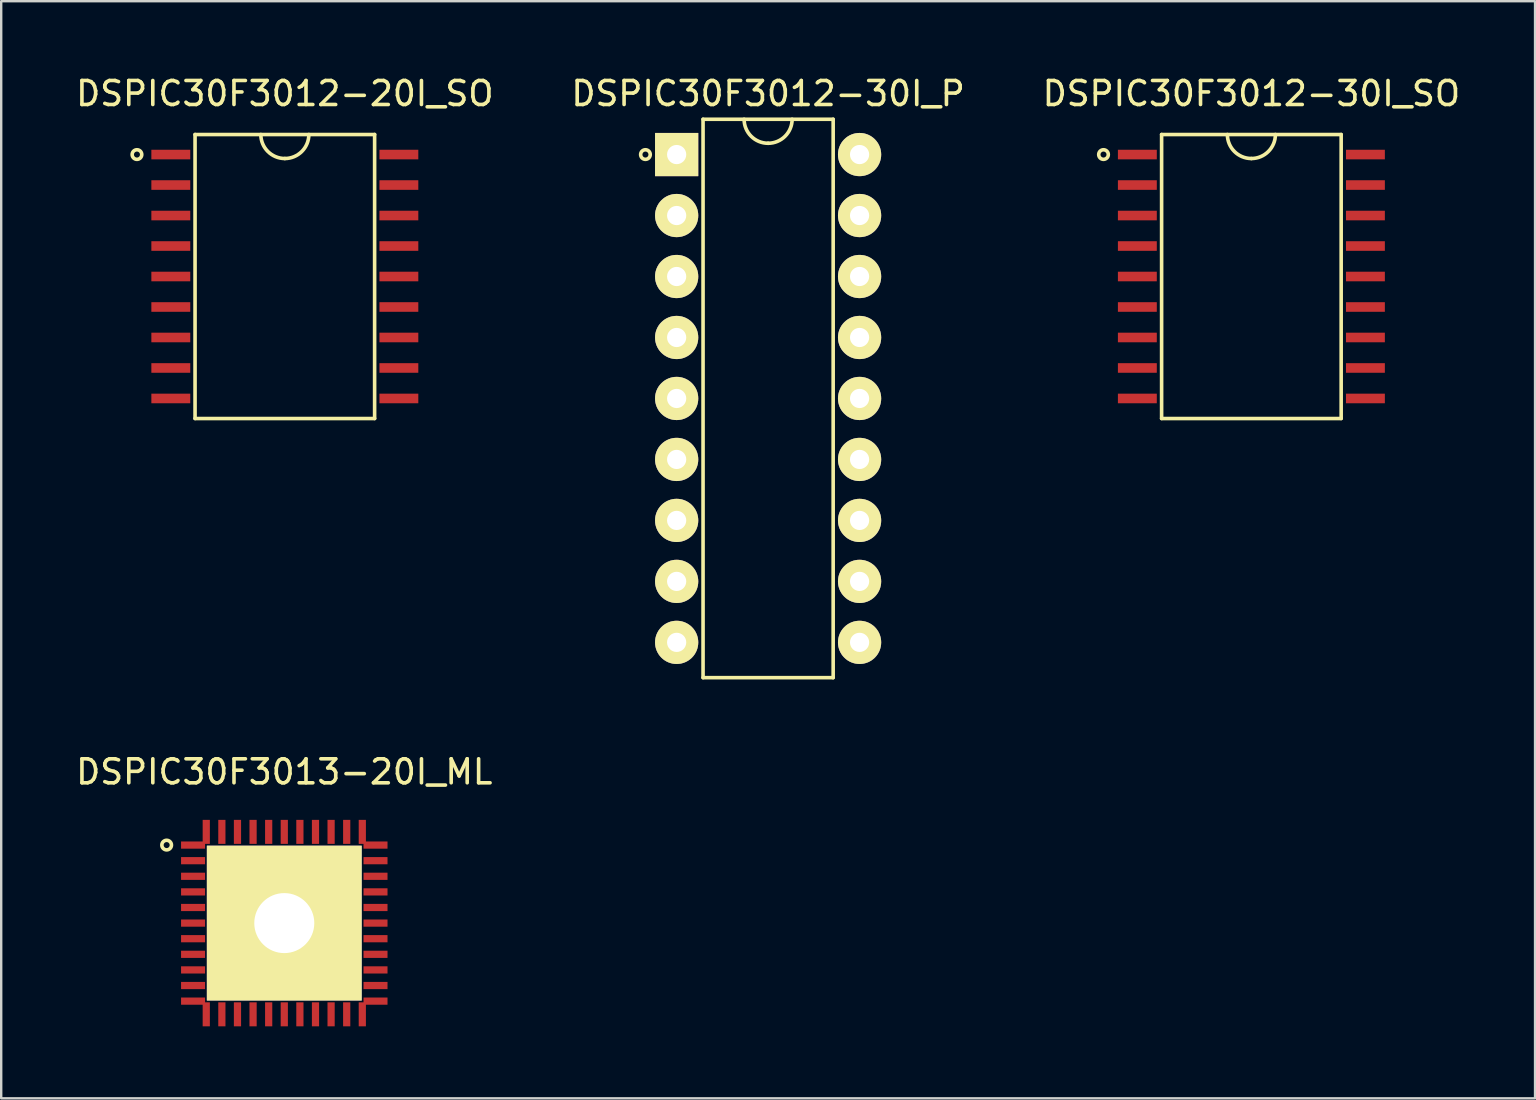
<source format=kicad_pcb>
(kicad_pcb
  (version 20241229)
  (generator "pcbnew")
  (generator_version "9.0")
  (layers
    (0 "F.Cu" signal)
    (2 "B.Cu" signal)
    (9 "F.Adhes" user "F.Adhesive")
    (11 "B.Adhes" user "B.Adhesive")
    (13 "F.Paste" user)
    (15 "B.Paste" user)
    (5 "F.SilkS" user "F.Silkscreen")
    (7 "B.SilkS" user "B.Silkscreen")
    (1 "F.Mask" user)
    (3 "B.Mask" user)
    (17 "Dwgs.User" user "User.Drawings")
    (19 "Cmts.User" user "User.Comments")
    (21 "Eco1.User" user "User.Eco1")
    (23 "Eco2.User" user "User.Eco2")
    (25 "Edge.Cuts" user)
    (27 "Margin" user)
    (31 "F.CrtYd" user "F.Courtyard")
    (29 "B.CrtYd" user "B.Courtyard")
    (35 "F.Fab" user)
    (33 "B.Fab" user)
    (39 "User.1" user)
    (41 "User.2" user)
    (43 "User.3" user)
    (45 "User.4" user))
  (footprint "DSPIC30F3012-20I_SO"
    (layer "F.Cu")
    (at 4.065 3.388)
    (property "Reference" "DSPIC30F3012-20I_SO" (at 4.75 -2.54 0) (layer "F.SilkS") (effects (font (size 1 1) (thickness 0.15))))
    (attr through_hole)
    (fp_line (start 1.01 -0.835) (end 8.49 -0.835) (stroke (width 0.15) (type solid)) (layer "F.SilkS"))
    (fp_line (start 1.01 10.995) (end 1.01 -0.835) (stroke (width 0.15) (type solid)) (layer "F.SilkS"))
    (fp_line (start 8.49 -0.835) (end 8.49 10.995) (stroke (width 0.15) (type solid)) (layer "F.SilkS"))
    (fp_line (start 8.49 10.995) (end 1.01 10.995) (stroke (width 0.15) (type solid)) (layer "F.SilkS"))
    (fp_arc (start 4.75 0.165) (mid 4.042893 -0.127893) (end 3.75 -0.835) (stroke (width 0.15) (type solid)) (layer "F.SilkS"))
    (fp_arc (start 5.75 -0.835) (mid 5.457107 -0.127893) (end 4.75 0.165) (stroke (width 0.15) (type solid)) (layer "F.SilkS"))
    (fp_circle (center -1.41 0) (end -1.41 0.2) (stroke (width 0.15) (type solid)) (fill no) (layer "F.SilkS"))
    (pad "1" smd rect (at 0 0) (size 1.62 0.4) (layers "F.Cu" "F.Mask" "F.Paste"))
    (pad "2" smd rect (at 0 1.27) (size 1.62 0.4) (layers "F.Cu" "F.Mask" "F.Paste"))
    (pad "3" smd rect (at 0 2.54) (size 1.62 0.4) (layers "F.Cu" "F.Mask" "F.Paste"))
    (pad "4" smd rect (at 0 3.81) (size 1.62 0.4) (layers "F.Cu" "F.Mask" "F.Paste"))
    (pad "5" smd rect (at 0 5.08) (size 1.62 0.4) (layers "F.Cu" "F.Mask" "F.Paste"))
    (pad "6" smd rect (at 0 6.35) (size 1.62 0.4) (layers "F.Cu" "F.Mask" "F.Paste"))
    (pad "7" smd rect (at 0 7.62) (size 1.62 0.4) (layers "F.Cu" "F.Mask" "F.Paste"))
    (pad "8" smd rect (at 0 8.89) (size 1.62 0.4) (layers "F.Cu" "F.Mask" "F.Paste"))
    (pad "9" smd rect (at 0 10.16) (size 1.62 0.4) (layers "F.Cu" "F.Mask" "F.Paste"))
    (pad "10" smd rect (at 9.5 10.16) (size 1.62 0.4) (layers "F.Cu" "F.Mask" "F.Paste"))
    (pad "11" smd rect (at 9.5 8.89) (size 1.62 0.4) (layers "F.Cu" "F.Mask" "F.Paste"))
    (pad "12" smd rect (at 9.5 7.62) (size 1.62 0.4) (layers "F.Cu" "F.Mask" "F.Paste"))
    (pad "13" smd rect (at 9.5 6.35) (size 1.62 0.4) (layers "F.Cu" "F.Mask" "F.Paste"))
    (pad "14" smd rect (at 9.5 5.08) (size 1.62 0.4) (layers "F.Cu" "F.Mask" "F.Paste"))
    (pad "15" smd rect (at 9.5 3.81) (size 1.62 0.4) (layers "F.Cu" "F.Mask" "F.Paste"))
    (pad "16" smd rect (at 9.5 2.54) (size 1.62 0.4) (layers "F.Cu" "F.Mask" "F.Paste"))
    (pad "17" smd rect (at 9.5 1.27) (size 1.62 0.4) (layers "F.Cu" "F.Mask" "F.Paste"))
    (pad "18" smd rect (at 9.5 0) (size 1.62 0.4) (layers "F.Cu" "F.Mask" "F.Paste")))
  (footprint "DSPIC30F3013-20I_ML"
    (layer "F.Cu")
    (at 4.992 31.602)
    (property "Reference" "DSPIC30F3013-20I_ML" (at 3.8 -2.5 0) (layer "F.SilkS") (effects (font (size 1 1) (thickness 0.15))))
    (attr through_hole)
    (fp_line (start 0.7 0.7) (end 0.7 6.9) (stroke (width 0.15) (type solid)) (layer "F.SilkS"))
    (fp_line (start 0.7 0.7) (end 6.9 0.7) (stroke (width 0.15) (type solid)) (layer "F.SilkS"))
    (fp_line (start 0.7 6.9) (end 6.9 6.9) (stroke (width 0.15) (type solid)) (layer "F.SilkS"))
    (fp_line (start 6.9 6.9) (end 6.9 0.7) (stroke (width 0.15) (type solid)) (layer "F.SilkS"))
    (fp_circle (center -1.1 0.55) (end -1.1 0.35) (stroke (width 0.15) (type solid)) (fill no) (layer "F.SilkS"))
    (fp_circle (center 1.7 1.7) (end 1.7 1.2) (stroke (width 0.15) (type solid)) (fill no) (layer "F.SilkS"))
    (pad "1" smd rect (at 0 0.55) (size 1 0.3) (layers "F.Cu" "F.Mask" "F.Paste"))
    (pad "2" smd rect (at 0 1.2) (size 1 0.3) (layers "F.Cu" "F.Mask" "F.Paste"))
    (pad "3" smd rect (at 0 1.85) (size 1 0.3) (layers "F.Cu" "F.Mask" "F.Paste"))
    (pad "4" smd rect (at 0 2.5) (size 1 0.3) (layers "F.Cu" "F.Mask" "F.Paste"))
    (pad "5" smd rect (at 0 3.15) (size 1 0.3) (layers "F.Cu" "F.Mask" "F.Paste"))
    (pad "6" smd rect (at 0 3.8) (size 1 0.3) (layers "F.Cu" "F.Mask" "F.Paste"))
    (pad "7" smd rect (at 0 4.45) (size 1 0.3) (layers "F.Cu" "F.Mask" "F.Paste"))
    (pad "8" smd rect (at 0 5.1) (size 1 0.3) (layers "F.Cu" "F.Mask" "F.Paste"))
    (pad "9" smd rect (at 0 5.75) (size 1 0.3) (layers "F.Cu" "F.Mask" "F.Paste"))
    (pad "10" smd rect (at 0 6.4) (size 1 0.3) (layers "F.Cu" "F.Mask" "F.Paste"))
    (pad "11" smd rect (at 0 7.05) (size 1 0.3) (layers "F.Cu" "F.Mask" "F.Paste"))
    (pad "12" smd rect (at 0.55 7.6) (size 0.3 1) (layers "F.Cu" "F.Mask" "F.Paste"))
    (pad "13" smd rect (at 1.2 7.6) (size 0.3 1) (layers "F.Cu" "F.Mask" "F.Paste"))
    (pad "14" smd rect (at 1.85 7.6) (size 0.3 1) (layers "F.Cu" "F.Mask" "F.Paste"))
    (pad "15" smd rect (at 2.5 7.6) (size 0.3 1) (layers "F.Cu" "F.Mask" "F.Paste"))
    (pad "16" smd rect (at 3.15 7.6) (size 0.3 1) (layers "F.Cu" "F.Mask" "F.Paste"))
    (pad "17" smd rect (at 3.8 7.6) (size 0.3 1) (layers "F.Cu" "F.Mask" "F.Paste"))
    (pad "18" smd rect (at 4.45 7.6) (size 0.3 1) (layers "F.Cu" "F.Mask" "F.Paste"))
    (pad "19" smd rect (at 5.1 7.6) (size 0.3 1) (layers "F.Cu" "F.Mask" "F.Paste"))
    (pad "20" smd rect (at 5.75 7.6) (size 0.3 1) (layers "F.Cu" "F.Mask" "F.Paste"))
    (pad "21" smd rect (at 6.4 7.6) (size 0.3 1) (layers "F.Cu" "F.Mask" "F.Paste"))
    (pad "22" smd rect (at 7.05 7.6) (size 0.3 1) (layers "F.Cu" "F.Mask" "F.Paste"))
    (pad "23" smd rect (at 7.6 7.05) (size 1 0.3) (layers "F.Cu" "F.Mask" "F.Paste"))
    (pad "24" smd rect (at 7.6 6.4) (size 1 0.3) (layers "F.Cu" "F.Mask" "F.Paste"))
    (pad "25" smd rect (at 7.6 5.75) (size 1 0.3) (layers "F.Cu" "F.Mask" "F.Paste"))
    (pad "26" smd rect (at 7.6 5.1) (size 1 0.3) (layers "F.Cu" "F.Mask" "F.Paste"))
    (pad "27" smd rect (at 7.6 4.45) (size 1 0.3) (layers "F.Cu" "F.Mask" "F.Paste"))
    (pad "28" smd rect (at 7.6 3.8) (size 1 0.3) (layers "F.Cu" "F.Mask" "F.Paste"))
    (pad "29" smd rect (at 7.6 3.15) (size 1 0.3) (layers "F.Cu" "F.Mask" "F.Paste"))
    (pad "30" smd rect (at 7.6 2.5) (size 1 0.3) (layers "F.Cu" "F.Mask" "F.Paste"))
    (pad "31" smd rect (at 7.6 1.85) (size 1 0.3) (layers "F.Cu" "F.Mask" "F.Paste"))
    (pad "32" smd rect (at 7.6 1.2) (size 1 0.3) (layers "F.Cu" "F.Mask" "F.Paste"))
    (pad "33" smd rect (at 7.6 0.55) (size 1 0.3) (layers "F.Cu" "F.Mask" "F.Paste"))
    (pad "34" smd rect (at 7.05 0) (size 0.3 1) (layers "F.Cu" "F.Mask" "F.Paste"))
    (pad "35" smd rect (at 6.4 0) (size 0.3 1) (layers "F.Cu" "F.Mask" "F.Paste"))
    (pad "36" smd rect (at 5.75 0) (size 0.3 1) (layers "F.Cu" "F.Mask" "F.Paste"))
    (pad "37" smd rect (at 5.1 0) (size 0.3 1) (layers "F.Cu" "F.Mask" "F.Paste"))
    (pad "38" smd rect (at 4.45 0) (size 0.3 1) (layers "F.Cu" "F.Mask" "F.Paste"))
    (pad "39" smd rect (at 3.8 0) (size 0.3 1) (layers "F.Cu" "F.Mask" "F.Paste"))
    (pad "40" smd rect (at 3.15 0) (size 0.3 1) (layers "F.Cu" "F.Mask" "F.Paste"))
    (pad "41" smd rect (at 2.5 0) (size 0.3 1) (layers "F.Cu" "F.Mask" "F.Paste"))
    (pad "42" smd rect (at 1.85 0) (size 0.3 1) (layers "F.Cu" "F.Mask" "F.Paste"))
    (pad "43" smd rect (at 1.2 0) (size 0.3 1) (layers "F.Cu" "F.Mask" "F.Paste"))
    (pad "44" smd rect (at 0.55 0) (size 0.3 1) (layers "F.Cu" "F.Mask" "F.Paste"))
    (pad "999" thru_hole rect (at 3.8 3.8) (size 6.45 6.45) (drill 2.5) (layers "*.Cu" "*.Mask" "F.SilkS")))
  (footprint "DSPIC30F3012-30I_P"
    (layer "F.Cu")
    (at 25.136 3.388)
    (property "Reference" "DSPIC30F3012-30I_P" (at 3.81 -2.54 0) (layer "F.SilkS") (effects (font (size 1 1) (thickness 0.15))))
    (attr through_hole)
    (fp_line (start 1.1 -1.47) (end 6.52 -1.47) (stroke (width 0.15) (type solid)) (layer "F.SilkS"))
    (fp_line (start 1.1 21.79) (end 1.1 -1.47) (stroke (width 0.15) (type solid)) (layer "F.SilkS"))
    (fp_line (start 6.52 -1.47) (end 6.52 21.79) (stroke (width 0.15) (type solid)) (layer "F.SilkS"))
    (fp_line (start 6.52 21.79) (end 1.1 21.79) (stroke (width 0.15) (type solid)) (layer "F.SilkS"))
    (fp_arc (start 3.81 -0.47) (mid 3.102893 -0.762893) (end 2.81 -1.47) (stroke (width 0.15) (type solid)) (layer "F.SilkS"))
    (fp_arc (start 4.81 -1.47) (mid 4.517107 -0.762893) (end 3.81 -0.47) (stroke (width 0.15) (type solid)) (layer "F.SilkS"))
    (fp_circle (center -1.3 0) (end -1.3 0.2) (stroke (width 0.15) (type solid)) (fill no) (layer "F.SilkS"))
    (pad "1" thru_hole rect (at 0 0) (size 1.8 1.8) (drill 0.8) (layers "*.Cu" "*.Mask" "F.SilkS"))
    (pad "2" thru_hole circle (at 0 2.54) (size 1.8 1.8) (drill 0.8) (layers "*.Cu" "*.Mask" "F.SilkS"))
    (pad "3" thru_hole circle (at 0 5.08) (size 1.8 1.8) (drill 0.8) (layers "*.Cu" "*.Mask" "F.SilkS"))
    (pad "4" thru_hole circle (at 0 7.62) (size 1.8 1.8) (drill 0.8) (layers "*.Cu" "*.Mask" "F.SilkS"))
    (pad "5" thru_hole circle (at 0 10.16) (size 1.8 1.8) (drill 0.8) (layers "*.Cu" "*.Mask" "F.SilkS"))
    (pad "6" thru_hole circle (at 0 12.7) (size 1.8 1.8) (drill 0.8) (layers "*.Cu" "*.Mask" "F.SilkS"))
    (pad "7" thru_hole circle (at 0 15.24) (size 1.8 1.8) (drill 0.8) (layers "*.Cu" "*.Mask" "F.SilkS"))
    (pad "8" thru_hole circle (at 0 17.78) (size 1.8 1.8) (drill 0.8) (layers "*.Cu" "*.Mask" "F.SilkS"))
    (pad "9" thru_hole circle (at 0 20.32) (size 1.8 1.8) (drill 0.8) (layers "*.Cu" "*.Mask" "F.SilkS"))
    (pad "10" thru_hole circle (at 7.62 20.32) (size 1.8 1.8) (drill 0.8) (layers "*.Cu" "*.Mask" "F.SilkS"))
    (pad "11" thru_hole circle (at 7.62 17.78) (size 1.8 1.8) (drill 0.8) (layers "*.Cu" "*.Mask" "F.SilkS"))
    (pad "12" thru_hole circle (at 7.62 15.24) (size 1.8 1.8) (drill 0.8) (layers "*.Cu" "*.Mask" "F.SilkS"))
    (pad "13" thru_hole circle (at 7.62 12.7) (size 1.8 1.8) (drill 0.8) (layers "*.Cu" "*.Mask" "F.SilkS"))
    (pad "14" thru_hole circle (at 7.62 10.16) (size 1.8 1.8) (drill 0.8) (layers "*.Cu" "*.Mask" "F.SilkS"))
    (pad "15" thru_hole circle (at 7.62 7.62) (size 1.8 1.8) (drill 0.8) (layers "*.Cu" "*.Mask" "F.SilkS"))
    (pad "16" thru_hole circle (at 7.62 5.08) (size 1.8 1.8) (drill 0.8) (layers "*.Cu" "*.Mask" "F.SilkS"))
    (pad "17" thru_hole circle (at 7.62 2.54) (size 1.8 1.8) (drill 0.8) (layers "*.Cu" "*.Mask" "F.SilkS"))
    (pad "18" thru_hole circle (at 7.62 0) (size 1.8 1.8) (drill 0.8) (layers "*.Cu" "*.Mask" "F.SilkS")))
  (footprint "DSPIC30F3012-30I_SO"
    (layer "F.Cu")
    (at 44.327 3.388)
    (property "Reference" "DSPIC30F3012-30I_SO" (at 4.75 -2.54 0) (layer "F.SilkS") (effects (font (size 1 1) (thickness 0.15))))
    (attr through_hole)
    (fp_line (start 1.01 -0.835) (end 8.49 -0.835) (stroke (width 0.15) (type solid)) (layer "F.SilkS"))
    (fp_line (start 1.01 10.995) (end 1.01 -0.835) (stroke (width 0.15) (type solid)) (layer "F.SilkS"))
    (fp_line (start 8.49 -0.835) (end 8.49 10.995) (stroke (width 0.15) (type solid)) (layer "F.SilkS"))
    (fp_line (start 8.49 10.995) (end 1.01 10.995) (stroke (width 0.15) (type solid)) (layer "F.SilkS"))
    (fp_arc (start 4.75 0.165) (mid 4.042893 -0.127893) (end 3.75 -0.835) (stroke (width 0.15) (type solid)) (layer "F.SilkS"))
    (fp_arc (start 5.75 -0.835) (mid 5.457107 -0.127893) (end 4.75 0.165) (stroke (width 0.15) (type solid)) (layer "F.SilkS"))
    (fp_circle (center -1.41 0) (end -1.41 0.2) (stroke (width 0.15) (type solid)) (fill no) (layer "F.SilkS"))
    (pad "1" smd rect (at 0 0) (size 1.62 0.4) (layers "F.Cu" "F.Mask" "F.Paste"))
    (pad "2" smd rect (at 0 1.27) (size 1.62 0.4) (layers "F.Cu" "F.Mask" "F.Paste"))
    (pad "3" smd rect (at 0 2.54) (size 1.62 0.4) (layers "F.Cu" "F.Mask" "F.Paste"))
    (pad "4" smd rect (at 0 3.81) (size 1.62 0.4) (layers "F.Cu" "F.Mask" "F.Paste"))
    (pad "5" smd rect (at 0 5.08) (size 1.62 0.4) (layers "F.Cu" "F.Mask" "F.Paste"))
    (pad "6" smd rect (at 0 6.35) (size 1.62 0.4) (layers "F.Cu" "F.Mask" "F.Paste"))
    (pad "7" smd rect (at 0 7.62) (size 1.62 0.4) (layers "F.Cu" "F.Mask" "F.Paste"))
    (pad "8" smd rect (at 0 8.89) (size 1.62 0.4) (layers "F.Cu" "F.Mask" "F.Paste"))
    (pad "9" smd rect (at 0 10.16) (size 1.62 0.4) (layers "F.Cu" "F.Mask" "F.Paste"))
    (pad "10" smd rect (at 9.5 10.16) (size 1.62 0.4) (layers "F.Cu" "F.Mask" "F.Paste"))
    (pad "11" smd rect (at 9.5 8.89) (size 1.62 0.4) (layers "F.Cu" "F.Mask" "F.Paste"))
    (pad "12" smd rect (at 9.5 7.62) (size 1.62 0.4) (layers "F.Cu" "F.Mask" "F.Paste"))
    (pad "13" smd rect (at 9.5 6.35) (size 1.62 0.4) (layers "F.Cu" "F.Mask" "F.Paste"))
    (pad "14" smd rect (at 9.5 5.08) (size 1.62 0.4) (layers "F.Cu" "F.Mask" "F.Paste"))
    (pad "15" smd rect (at 9.5 3.81) (size 1.62 0.4) (layers "F.Cu" "F.Mask" "F.Paste"))
    (pad "16" smd rect (at 9.5 2.54) (size 1.62 0.4) (layers "F.Cu" "F.Mask" "F.Paste"))
    (pad "17" smd rect (at 9.5 1.27) (size 1.62 0.4) (layers "F.Cu" "F.Mask" "F.Paste"))
    (pad "18" smd rect (at 9.5 0) (size 1.62 0.4) (layers "F.Cu" "F.Mask" "F.Paste")))
  (gr_rect
    (start -3 -3)
    (end 60.893 42.702)
    (stroke (width 0.1) (type default))
    (fill no)
    (layer "Edge.Cuts")))
</source>
